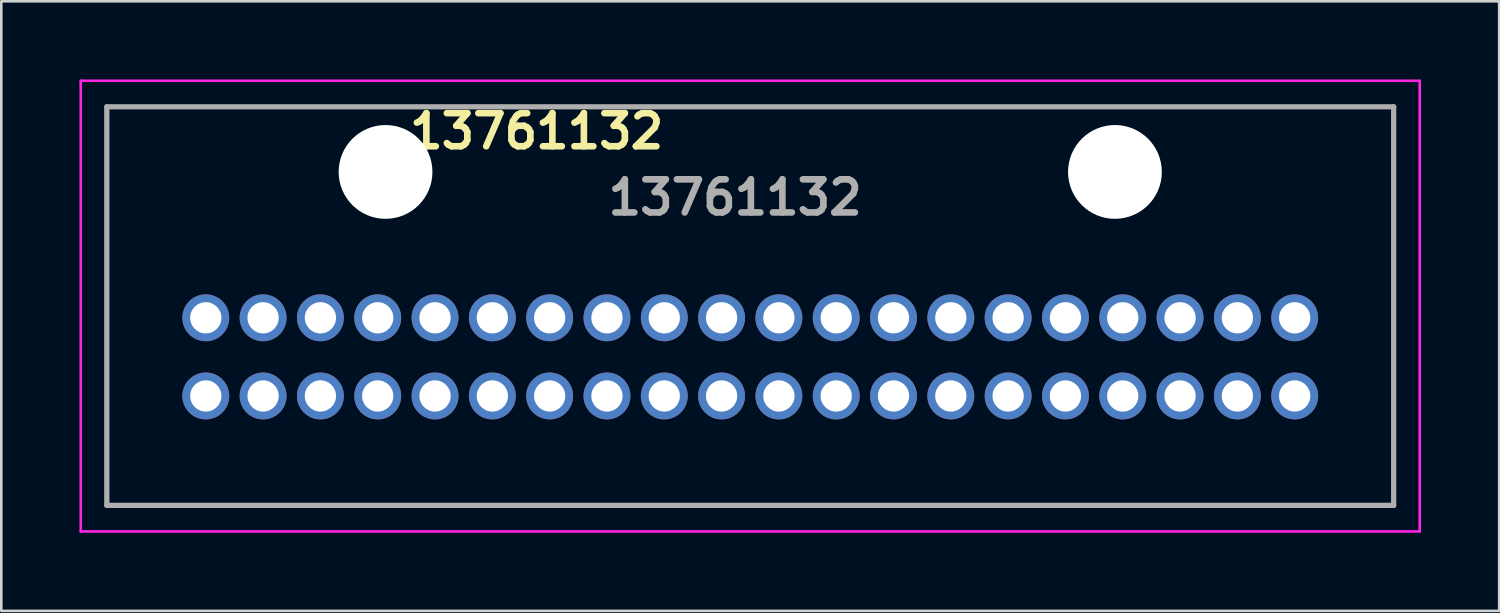
<source format=kicad_pcb>
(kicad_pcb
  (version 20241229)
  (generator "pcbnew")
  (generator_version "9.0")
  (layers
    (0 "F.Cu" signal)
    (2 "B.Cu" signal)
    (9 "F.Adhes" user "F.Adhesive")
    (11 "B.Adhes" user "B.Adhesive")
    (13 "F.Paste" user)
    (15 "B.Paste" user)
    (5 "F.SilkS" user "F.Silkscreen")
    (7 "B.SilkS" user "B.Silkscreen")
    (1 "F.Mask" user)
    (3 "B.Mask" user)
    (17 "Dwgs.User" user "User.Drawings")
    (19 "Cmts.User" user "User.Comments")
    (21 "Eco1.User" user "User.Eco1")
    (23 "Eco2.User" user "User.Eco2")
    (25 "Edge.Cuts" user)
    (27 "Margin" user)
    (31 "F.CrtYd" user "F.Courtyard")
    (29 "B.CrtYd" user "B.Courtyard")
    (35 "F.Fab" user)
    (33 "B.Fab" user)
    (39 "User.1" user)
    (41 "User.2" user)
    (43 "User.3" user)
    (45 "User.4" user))
  (footprint "13761132"
    (layer "F.Cu")
    (at 4.85 12.15)
    (property "Reference" "13761132" (at 12.7 -10.16 0) (layer "F.SilkS") (effects (font (size 1.27 1.27) (thickness 0.254))))
    (attr through_hole)
    (fp_line (start -3.8 -11.1) (end 45.6 -11.1) (stroke (width 0.1) (type solid)) (layer "F.SilkS"))
    (fp_line (start -3.8 4.2) (end -3.8 -11.1) (stroke (width 0.1) (type solid)) (layer "F.SilkS"))
    (fp_line (start 45.6 -11.1) (end 45.6 4.2) (stroke (width 0.1) (type solid)) (layer "F.SilkS"))
    (fp_line (start 45.6 4.2) (end -3.8 4.2) (stroke (width 0.1) (type solid)) (layer "F.SilkS"))
    (fp_line (start -4.8 -12.1) (end 46.6 -12.1) (stroke (width 0.1) (type solid)) (layer "F.CrtYd"))
    (fp_line (start -4.8 5.2) (end -4.8 -12.1) (stroke (width 0.1) (type solid)) (layer "F.CrtYd"))
    (fp_line (start 46.6 -12.1) (end 46.6 5.2) (stroke (width 0.1) (type solid)) (layer "F.CrtYd"))
    (fp_line (start 46.6 5.2) (end -4.8 5.2) (stroke (width 0.1) (type solid)) (layer "F.CrtYd"))
    (fp_line (start -3.8 -11.1) (end 45.6 -11.1) (stroke (width 0.2) (type solid)) (layer "F.Fab"))
    (fp_line (start -3.8 4.2) (end -3.8 -11.1) (stroke (width 0.2) (type solid)) (layer "F.Fab"))
    (fp_line (start 45.6 -11.1) (end 45.6 4.2) (stroke (width 0.2) (type solid)) (layer "F.Fab"))
    (fp_line (start 45.6 4.2) (end -3.8 4.2) (stroke (width 0.2) (type solid)) (layer "F.Fab"))
    (fp_text user "${REFERENCE}" (at 20.32 -7.62 0) (layer "F.Fab") (effects (font (size 1.27 1.27) (thickness 0.254))))
    (pad "" np_thru_hole circle (at 6.9 -8.6) (size 3.6 3.6) (drill 3.6) (layers "*.Cu" "*.Mask"))
    (pad "" np_thru_hole circle (at 34.9 -8.6) (size 3.6 3.6) (drill 3.6) (layers "*.Cu" "*.Mask"))
    (pad "1" thru_hole circle (at 0 0) (size 1.8 1.8) (drill 1.2) (layers "*.Cu" "*.Mask"))
    (pad "2" thru_hole circle (at 0 -3) (size 1.8 1.8) (drill 1.2) (layers "*.Cu" "*.Mask"))
    (pad "3" thru_hole circle (at 2.2 0) (size 1.8 1.8) (drill 1.2) (layers "*.Cu" "*.Mask"))
    (pad "4" thru_hole circle (at 2.2 -3) (size 1.8 1.8) (drill 1.2) (layers "*.Cu" "*.Mask"))
    (pad "5" thru_hole circle (at 4.4 0) (size 1.8 1.8) (drill 1.2) (layers "*.Cu" "*.Mask"))
    (pad "6" thru_hole circle (at 4.4 -3) (size 1.8 1.8) (drill 1.2) (layers "*.Cu" "*.Mask"))
    (pad "7" thru_hole circle (at 6.6 0) (size 1.8 1.8) (drill 1.2) (layers "*.Cu" "*.Mask"))
    (pad "8" thru_hole circle (at 6.6 -3) (size 1.8 1.8) (drill 1.2) (layers "*.Cu" "*.Mask"))
    (pad "9" thru_hole circle (at 8.8 0) (size 1.8 1.8) (drill 1.2) (layers "*.Cu" "*.Mask"))
    (pad "10" thru_hole circle (at 8.8 -3) (size 1.8 1.8) (drill 1.2) (layers "*.Cu" "*.Mask"))
    (pad "11" thru_hole circle (at 11 0) (size 1.8 1.8) (drill 1.2) (layers "*.Cu" "*.Mask"))
    (pad "12" thru_hole circle (at 11 -3) (size 1.8 1.8) (drill 1.2) (layers "*.Cu" "*.Mask"))
    (pad "13" thru_hole circle (at 13.2 0) (size 1.8 1.8) (drill 1.2) (layers "*.Cu" "*.Mask"))
    (pad "14" thru_hole circle (at 13.2 -3) (size 1.8 1.8) (drill 1.2) (layers "*.Cu" "*.Mask"))
    (pad "15" thru_hole circle (at 15.4 0) (size 1.8 1.8) (drill 1.2) (layers "*.Cu" "*.Mask"))
    (pad "16" thru_hole circle (at 15.4 -3) (size 1.8 1.8) (drill 1.2) (layers "*.Cu" "*.Mask"))
    (pad "17" thru_hole circle (at 17.6 0) (size 1.8 1.8) (drill 1.2) (layers "*.Cu" "*.Mask"))
    (pad "18" thru_hole circle (at 17.6 -3) (size 1.8 1.8) (drill 1.2) (layers "*.Cu" "*.Mask"))
    (pad "19" thru_hole circle (at 19.8 0) (size 1.8 1.8) (drill 1.2) (layers "*.Cu" "*.Mask"))
    (pad "20" thru_hole circle (at 19.8 -3) (size 1.8 1.8) (drill 1.2) (layers "*.Cu" "*.Mask"))
    (pad "21" thru_hole circle (at 22 0) (size 1.8 1.8) (drill 1.2) (layers "*.Cu" "*.Mask"))
    (pad "22" thru_hole circle (at 22 -3) (size 1.8 1.8) (drill 1.2) (layers "*.Cu" "*.Mask"))
    (pad "23" thru_hole circle (at 24.2 0) (size 1.8 1.8) (drill 1.2) (layers "*.Cu" "*.Mask"))
    (pad "24" thru_hole circle (at 24.2 -3) (size 1.8 1.8) (drill 1.2) (layers "*.Cu" "*.Mask"))
    (pad "25" thru_hole circle (at 26.4 0) (size 1.8 1.8) (drill 1.2) (layers "*.Cu" "*.Mask"))
    (pad "26" thru_hole circle (at 26.4 -3) (size 1.8 1.8) (drill 1.2) (layers "*.Cu" "*.Mask"))
    (pad "27" thru_hole circle (at 28.6 0) (size 1.8 1.8) (drill 1.2) (layers "*.Cu" "*.Mask"))
    (pad "28" thru_hole circle (at 28.6 -3) (size 1.8 1.8) (drill 1.2) (layers "*.Cu" "*.Mask"))
    (pad "29" thru_hole circle (at 30.8 0) (size 1.8 1.8) (drill 1.2) (layers "*.Cu" "*.Mask"))
    (pad "30" thru_hole circle (at 30.8 -3) (size 1.8 1.8) (drill 1.2) (layers "*.Cu" "*.Mask"))
    (pad "31" thru_hole circle (at 33 0) (size 1.8 1.8) (drill 1.2) (layers "*.Cu" "*.Mask"))
    (pad "32" thru_hole circle (at 33 -3) (size 1.8 1.8) (drill 1.2) (layers "*.Cu" "*.Mask"))
    (pad "33" thru_hole circle (at 35.2 0) (size 1.8 1.8) (drill 1.2) (layers "*.Cu" "*.Mask"))
    (pad "34" thru_hole circle (at 35.2 -3) (size 1.8 1.8) (drill 1.2) (layers "*.Cu" "*.Mask"))
    (pad "35" thru_hole circle (at 37.4 0) (size 1.8 1.8) (drill 1.2) (layers "*.Cu" "*.Mask"))
    (pad "36" thru_hole circle (at 37.4 -3) (size 1.8 1.8) (drill 1.2) (layers "*.Cu" "*.Mask"))
    (pad "37" thru_hole circle (at 39.6 0) (size 1.8 1.8) (drill 1.2) (layers "*.Cu" "*.Mask"))
    (pad "38" thru_hole circle (at 39.6 -3) (size 1.8 1.8) (drill 1.2) (layers "*.Cu" "*.Mask"))
    (pad "39" thru_hole circle (at 41.8 0) (size 1.8 1.8) (drill 1.2) (layers "*.Cu" "*.Mask"))
    (pad "40" thru_hole circle (at 41.8 -3) (size 1.8 1.8) (drill 1.2) (layers "*.Cu" "*.Mask")))
  (gr_rect
    (start -3 -3)
    (end 54.5 20.4)
    (stroke (width 0.1) (type default))
    (fill no)
    (layer "Edge.Cuts")))
</source>
